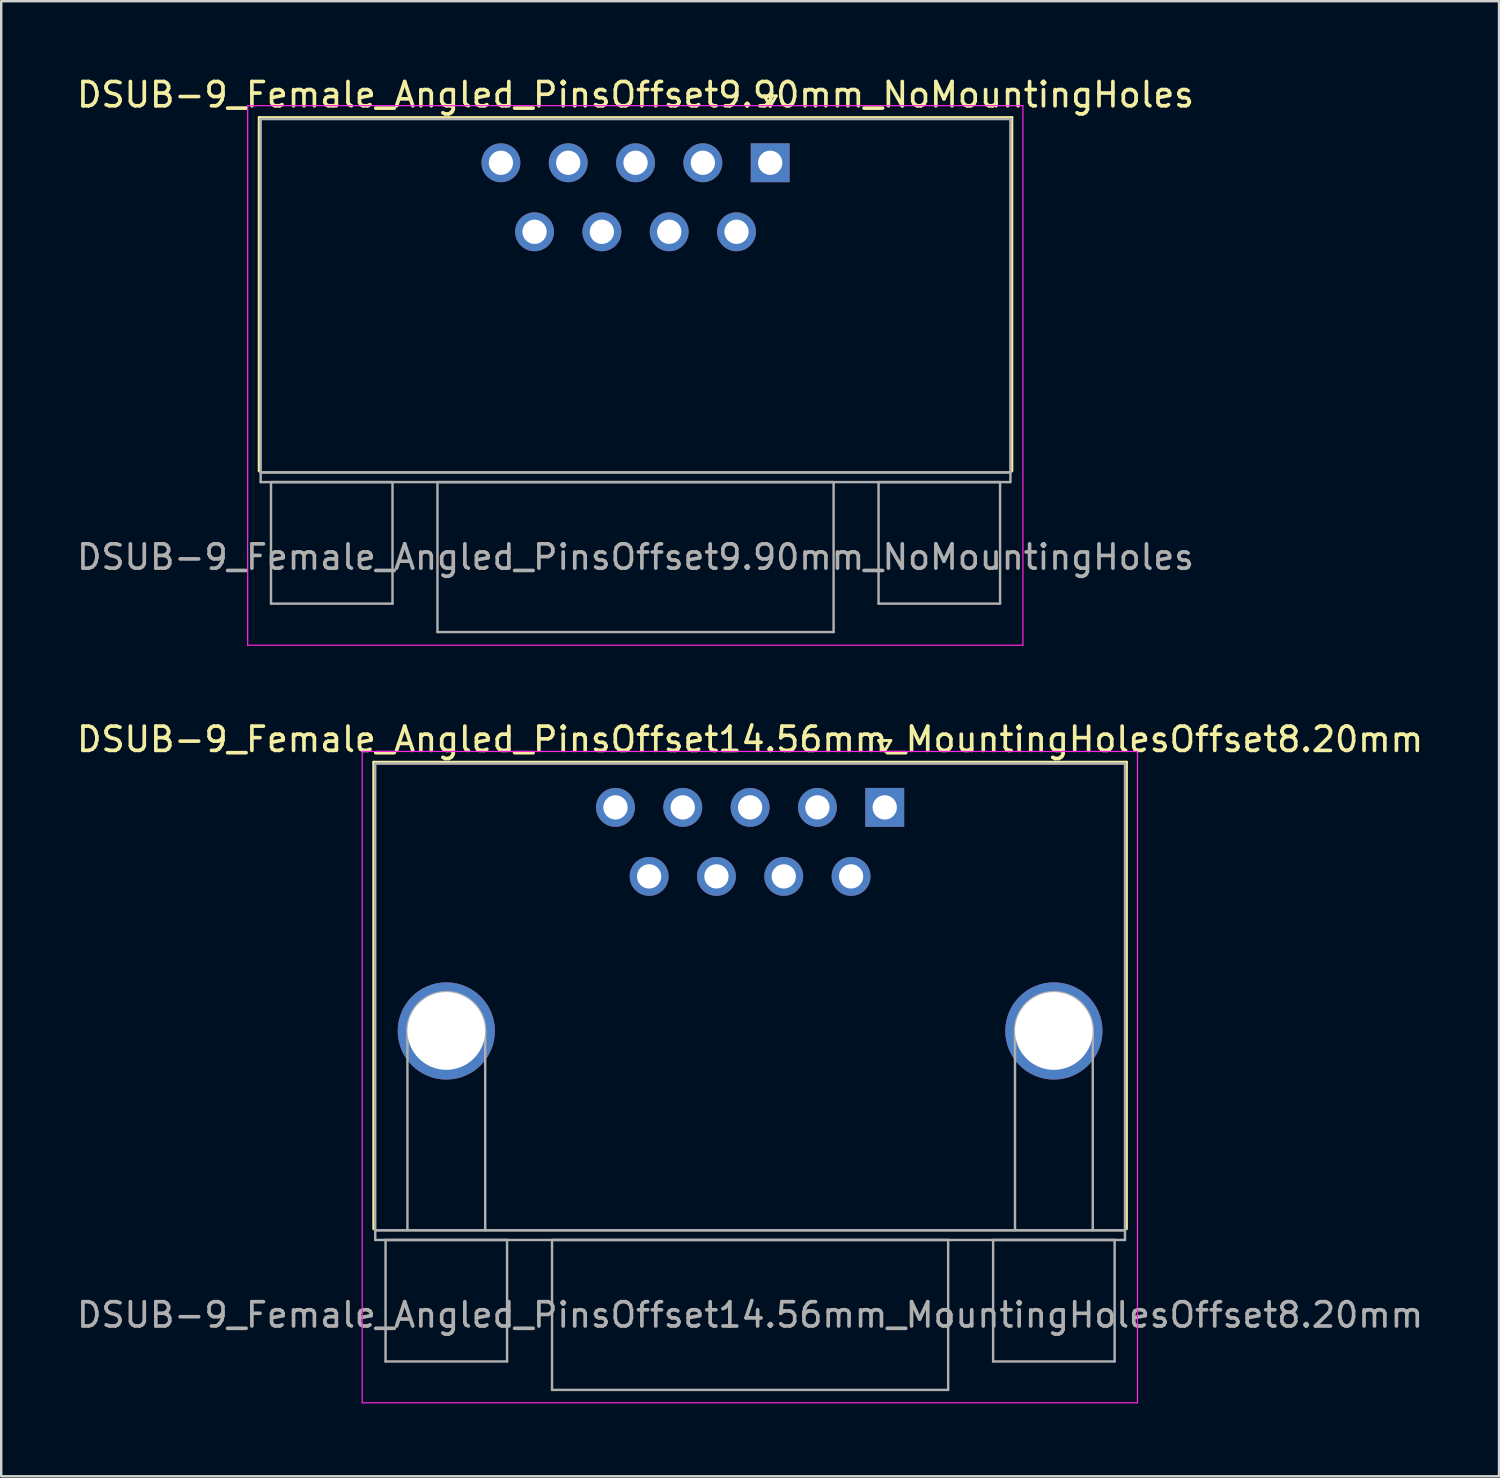
<source format=kicad_pcb>
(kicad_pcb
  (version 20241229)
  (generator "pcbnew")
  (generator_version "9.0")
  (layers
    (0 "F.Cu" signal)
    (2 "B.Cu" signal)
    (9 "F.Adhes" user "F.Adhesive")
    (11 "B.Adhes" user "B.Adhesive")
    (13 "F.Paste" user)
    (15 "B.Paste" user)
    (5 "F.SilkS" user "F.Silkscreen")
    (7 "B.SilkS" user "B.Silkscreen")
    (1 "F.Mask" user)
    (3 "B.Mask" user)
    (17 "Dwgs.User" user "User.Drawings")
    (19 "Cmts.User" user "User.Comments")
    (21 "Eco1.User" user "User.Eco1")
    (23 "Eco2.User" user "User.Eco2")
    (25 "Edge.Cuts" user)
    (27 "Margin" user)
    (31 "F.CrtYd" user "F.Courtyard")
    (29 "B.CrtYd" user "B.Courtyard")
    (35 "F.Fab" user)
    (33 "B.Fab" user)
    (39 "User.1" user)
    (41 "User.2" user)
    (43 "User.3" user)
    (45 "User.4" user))
  (footprint "DSUB-9_Female_Angled_PinsOffset9.90mm_NoMountingHoles"
    (layer "F.Cu")
    (at 28.641 3.648)
    (property "Reference" "DSUB-9_Female_Angled_PinsOffset9.90mm_NoMountingHoles" (at -5.54 -2.8 0) (layer "F.SilkS") (effects (font (size 1 1) (thickness 0.15))))
    (attr through_hole)
    (fp_line (start -21.025 -1.86) (end 9.945 -1.86) (stroke (width 0.12) (type solid)) (layer "F.SilkS"))
    (fp_line (start -21.025 12.68) (end -21.025 -1.86) (stroke (width 0.12) (type solid)) (layer "F.SilkS"))
    (fp_line (start -0.25 -2.754) (end 0.25 -2.754) (stroke (width 0.12) (type solid)) (layer "F.SilkS"))
    (fp_line (start 0 -2.321) (end -0.25 -2.754) (stroke (width 0.12) (type solid)) (layer "F.SilkS"))
    (fp_line (start 0.25 -2.754) (end 0 -2.321) (stroke (width 0.12) (type solid)) (layer "F.SilkS"))
    (fp_line (start 9.945 -1.86) (end 9.945 12.68) (stroke (width 0.12) (type solid)) (layer "F.SilkS"))
    (fp_line (start -21.5 -2.35) (end -21.5 19.85) (stroke (width 0.05) (type solid)) (layer "F.CrtYd"))
    (fp_line (start -21.5 19.85) (end 10.4 19.85) (stroke (width 0.05) (type solid)) (layer "F.CrtYd"))
    (fp_line (start 10.4 -2.35) (end -21.5 -2.35) (stroke (width 0.05) (type solid)) (layer "F.CrtYd"))
    (fp_line (start 10.4 19.85) (end 10.4 -2.35) (stroke (width 0.05) (type solid)) (layer "F.CrtYd"))
    (fp_line (start -20.965 -1.8) (end -20.965 12.74) (stroke (width 0.1) (type solid)) (layer "F.Fab"))
    (fp_line (start -20.965 12.74) (end -20.965 13.14) (stroke (width 0.1) (type solid)) (layer "F.Fab"))
    (fp_line (start -20.965 12.74) (end 9.885 12.74) (stroke (width 0.1) (type solid)) (layer "F.Fab"))
    (fp_line (start -20.965 13.14) (end 9.885 13.14) (stroke (width 0.1) (type solid)) (layer "F.Fab"))
    (fp_line (start -20.54 13.14) (end -20.54 18.14) (stroke (width 0.1) (type solid)) (layer "F.Fab"))
    (fp_line (start -20.54 18.14) (end -15.54 18.14) (stroke (width 0.1) (type solid)) (layer "F.Fab"))
    (fp_line (start -15.54 13.14) (end -20.54 13.14) (stroke (width 0.1) (type solid)) (layer "F.Fab"))
    (fp_line (start -15.54 18.14) (end -15.54 13.14) (stroke (width 0.1) (type solid)) (layer "F.Fab"))
    (fp_line (start -13.69 13.14) (end -13.69 19.31) (stroke (width 0.1) (type solid)) (layer "F.Fab"))
    (fp_line (start -13.69 19.31) (end 2.61 19.31) (stroke (width 0.1) (type solid)) (layer "F.Fab"))
    (fp_line (start 2.61 13.14) (end -13.69 13.14) (stroke (width 0.1) (type solid)) (layer "F.Fab"))
    (fp_line (start 2.61 19.31) (end 2.61 13.14) (stroke (width 0.1) (type solid)) (layer "F.Fab"))
    (fp_line (start 4.46 13.14) (end 4.46 18.14) (stroke (width 0.1) (type solid)) (layer "F.Fab"))
    (fp_line (start 4.46 18.14) (end 9.46 18.14) (stroke (width 0.1) (type solid)) (layer "F.Fab"))
    (fp_line (start 9.46 13.14) (end 4.46 13.14) (stroke (width 0.1) (type solid)) (layer "F.Fab"))
    (fp_line (start 9.46 18.14) (end 9.46 13.14) (stroke (width 0.1) (type solid)) (layer "F.Fab"))
    (fp_line (start 9.885 -1.8) (end -20.965 -1.8) (stroke (width 0.1) (type solid)) (layer "F.Fab"))
    (fp_line (start 9.885 12.74) (end -20.965 12.74) (stroke (width 0.1) (type solid)) (layer "F.Fab"))
    (fp_line (start 9.885 12.74) (end 9.885 -1.8) (stroke (width 0.1) (type solid)) (layer "F.Fab"))
    (fp_line (start 9.885 13.14) (end 9.885 12.74) (stroke (width 0.1) (type solid)) (layer "F.Fab"))
    (fp_text user "${REFERENCE}" (at -5.54 16.225 0) (layer "F.Fab") (effects (font (size 1 1) (thickness 0.15))))
    (pad "1" thru_hole rect (at 0 0) (size 1.6 1.6) (drill 1) (layers "*.Cu" "*.Mask"))
    (pad "2" thru_hole circle (at -2.77 0) (size 1.6 1.6) (drill 1) (layers "*.Cu" "*.Mask"))
    (pad "3" thru_hole circle (at -5.54 0) (size 1.6 1.6) (drill 1) (layers "*.Cu" "*.Mask"))
    (pad "4" thru_hole circle (at -8.31 0) (size 1.6 1.6) (drill 1) (layers "*.Cu" "*.Mask"))
    (pad "5" thru_hole circle (at -11.08 0) (size 1.6 1.6) (drill 1) (layers "*.Cu" "*.Mask"))
    (pad "6" thru_hole circle (at -1.385 2.84) (size 1.6 1.6) (drill 1) (layers "*.Cu" "*.Mask"))
    (pad "7" thru_hole circle (at -4.155 2.84) (size 1.6 1.6) (drill 1) (layers "*.Cu" "*.Mask"))
    (pad "8" thru_hole circle (at -6.925 2.84) (size 1.6 1.6) (drill 1) (layers "*.Cu" "*.Mask"))
    (pad "9" thru_hole circle (at -9.695 2.84) (size 1.6 1.6) (drill 1) (layers "*.Cu" "*.Mask")))
  (footprint "DSUB-9_Female_Angled_PinsOffset14.56mm_MountingHolesOffset8.20mm"
    (layer "F.Cu")
    (at 33.355 30.172)
    (property "Reference" "DSUB-9_Female_Angled_PinsOffset14.56mm_MountingHolesOffset8.20mm" (at -5.54 -2.8 0) (layer "F.SilkS") (effects (font (size 1 1) (thickness 0.15))))
    (attr through_hole)
    (fp_line (start -21.025 -1.86) (end 9.945 -1.86) (stroke (width 0.12) (type solid)) (layer "F.SilkS"))
    (fp_line (start -21.025 17.34) (end -21.025 -1.86) (stroke (width 0.12) (type solid)) (layer "F.SilkS"))
    (fp_line (start -0.25 -2.754) (end 0.25 -2.754) (stroke (width 0.12) (type solid)) (layer "F.SilkS"))
    (fp_line (start 0 -2.321) (end -0.25 -2.754) (stroke (width 0.12) (type solid)) (layer "F.SilkS"))
    (fp_line (start 0.25 -2.754) (end 0 -2.321) (stroke (width 0.12) (type solid)) (layer "F.SilkS"))
    (fp_line (start 9.945 -1.86) (end 9.945 17.34) (stroke (width 0.12) (type solid)) (layer "F.SilkS"))
    (fp_line (start -21.5 -2.3) (end -21.5 24.5) (stroke (width 0.05) (type solid)) (layer "F.CrtYd"))
    (fp_line (start -21.5 24.5) (end 10.4 24.5) (stroke (width 0.05) (type solid)) (layer "F.CrtYd"))
    (fp_line (start 10.4 -2.3) (end -21.5 -2.3) (stroke (width 0.05) (type solid)) (layer "F.CrtYd"))
    (fp_line (start 10.4 24.5) (end 10.4 -2.3) (stroke (width 0.05) (type solid)) (layer "F.CrtYd"))
    (fp_line (start -20.965 -1.8) (end -20.965 17.4) (stroke (width 0.1) (type solid)) (layer "F.Fab"))
    (fp_line (start -20.965 17.4) (end -20.965 17.8) (stroke (width 0.1) (type solid)) (layer "F.Fab"))
    (fp_line (start -20.965 17.4) (end 9.885 17.4) (stroke (width 0.1) (type solid)) (layer "F.Fab"))
    (fp_line (start -20.965 17.8) (end 9.885 17.8) (stroke (width 0.1) (type solid)) (layer "F.Fab"))
    (fp_line (start -20.54 17.8) (end -20.54 22.8) (stroke (width 0.1) (type solid)) (layer "F.Fab"))
    (fp_line (start -20.54 22.8) (end -15.54 22.8) (stroke (width 0.1) (type solid)) (layer "F.Fab"))
    (fp_line (start -19.64 17.4) (end -19.64 9.2) (stroke (width 0.1) (type solid)) (layer "F.Fab"))
    (fp_line (start -16.44 17.4) (end -16.44 9.2) (stroke (width 0.1) (type solid)) (layer "F.Fab"))
    (fp_line (start -15.54 17.8) (end -20.54 17.8) (stroke (width 0.1) (type solid)) (layer "F.Fab"))
    (fp_line (start -15.54 22.8) (end -15.54 17.8) (stroke (width 0.1) (type solid)) (layer "F.Fab"))
    (fp_line (start -13.69 17.8) (end -13.69 23.97) (stroke (width 0.1) (type solid)) (layer "F.Fab"))
    (fp_line (start -13.69 23.97) (end 2.61 23.97) (stroke (width 0.1) (type solid)) (layer "F.Fab"))
    (fp_line (start 2.61 17.8) (end -13.69 17.8) (stroke (width 0.1) (type solid)) (layer "F.Fab"))
    (fp_line (start 2.61 23.97) (end 2.61 17.8) (stroke (width 0.1) (type solid)) (layer "F.Fab"))
    (fp_line (start 4.46 17.8) (end 4.46 22.8) (stroke (width 0.1) (type solid)) (layer "F.Fab"))
    (fp_line (start 4.46 22.8) (end 9.46 22.8) (stroke (width 0.1) (type solid)) (layer "F.Fab"))
    (fp_line (start 5.36 17.4) (end 5.36 9.2) (stroke (width 0.1) (type solid)) (layer "F.Fab"))
    (fp_line (start 8.56 17.4) (end 8.56 9.2) (stroke (width 0.1) (type solid)) (layer "F.Fab"))
    (fp_line (start 9.46 17.8) (end 4.46 17.8) (stroke (width 0.1) (type solid)) (layer "F.Fab"))
    (fp_line (start 9.46 22.8) (end 9.46 17.8) (stroke (width 0.1) (type solid)) (layer "F.Fab"))
    (fp_line (start 9.885 -1.8) (end -20.965 -1.8) (stroke (width 0.1) (type solid)) (layer "F.Fab"))
    (fp_line (start 9.885 17.4) (end -20.965 17.4) (stroke (width 0.1) (type solid)) (layer "F.Fab"))
    (fp_line (start 9.885 17.4) (end 9.885 -1.8) (stroke (width 0.1) (type solid)) (layer "F.Fab"))
    (fp_line (start 9.885 17.8) (end 9.885 17.4) (stroke (width 0.1) (type solid)) (layer "F.Fab"))
    (fp_arc (start -19.64 9.2) (mid -18.04 7.6) (end -16.44 9.2) (stroke (width 0.1) (type solid)) (layer "F.Fab"))
    (fp_arc (start 5.36 9.2) (mid 6.96 7.6) (end 8.56 9.2) (stroke (width 0.1) (type solid)) (layer "F.Fab"))
    (fp_text user "${REFERENCE}" (at -5.54 20.885 0) (layer "F.Fab") (effects (font (size 1 1) (thickness 0.15))))
    (pad "0" thru_hole circle (at -18.04 9.2) (size 4 4) (drill 3.2) (layers "*.Cu" "*.Mask"))
    (pad "0" thru_hole circle (at 6.96 9.2) (size 4 4) (drill 3.2) (layers "*.Cu" "*.Mask"))
    (pad "1" thru_hole rect (at 0 0) (size 1.6 1.6) (drill 1) (layers "*.Cu" "*.Mask"))
    (pad "2" thru_hole circle (at -2.77 0) (size 1.6 1.6) (drill 1) (layers "*.Cu" "*.Mask"))
    (pad "3" thru_hole circle (at -5.54 0) (size 1.6 1.6) (drill 1) (layers "*.Cu" "*.Mask"))
    (pad "4" thru_hole circle (at -8.31 0) (size 1.6 1.6) (drill 1) (layers "*.Cu" "*.Mask"))
    (pad "5" thru_hole circle (at -11.08 0) (size 1.6 1.6) (drill 1) (layers "*.Cu" "*.Mask"))
    (pad "6" thru_hole circle (at -1.385 2.84) (size 1.6 1.6) (drill 1) (layers "*.Cu" "*.Mask"))
    (pad "7" thru_hole circle (at -4.155 2.84) (size 1.6 1.6) (drill 1) (layers "*.Cu" "*.Mask"))
    (pad "8" thru_hole circle (at -6.925 2.84) (size 1.6 1.6) (drill 1) (layers "*.Cu" "*.Mask"))
    (pad "9" thru_hole circle (at -9.695 2.84) (size 1.6 1.6) (drill 1) (layers "*.Cu" "*.Mask")))
  (gr_rect
    (start -3 -3)
    (end 58.631 57.697)
    (stroke (width 0.1) (type default))
    (fill no)
    (layer "Edge.Cuts")))
</source>
